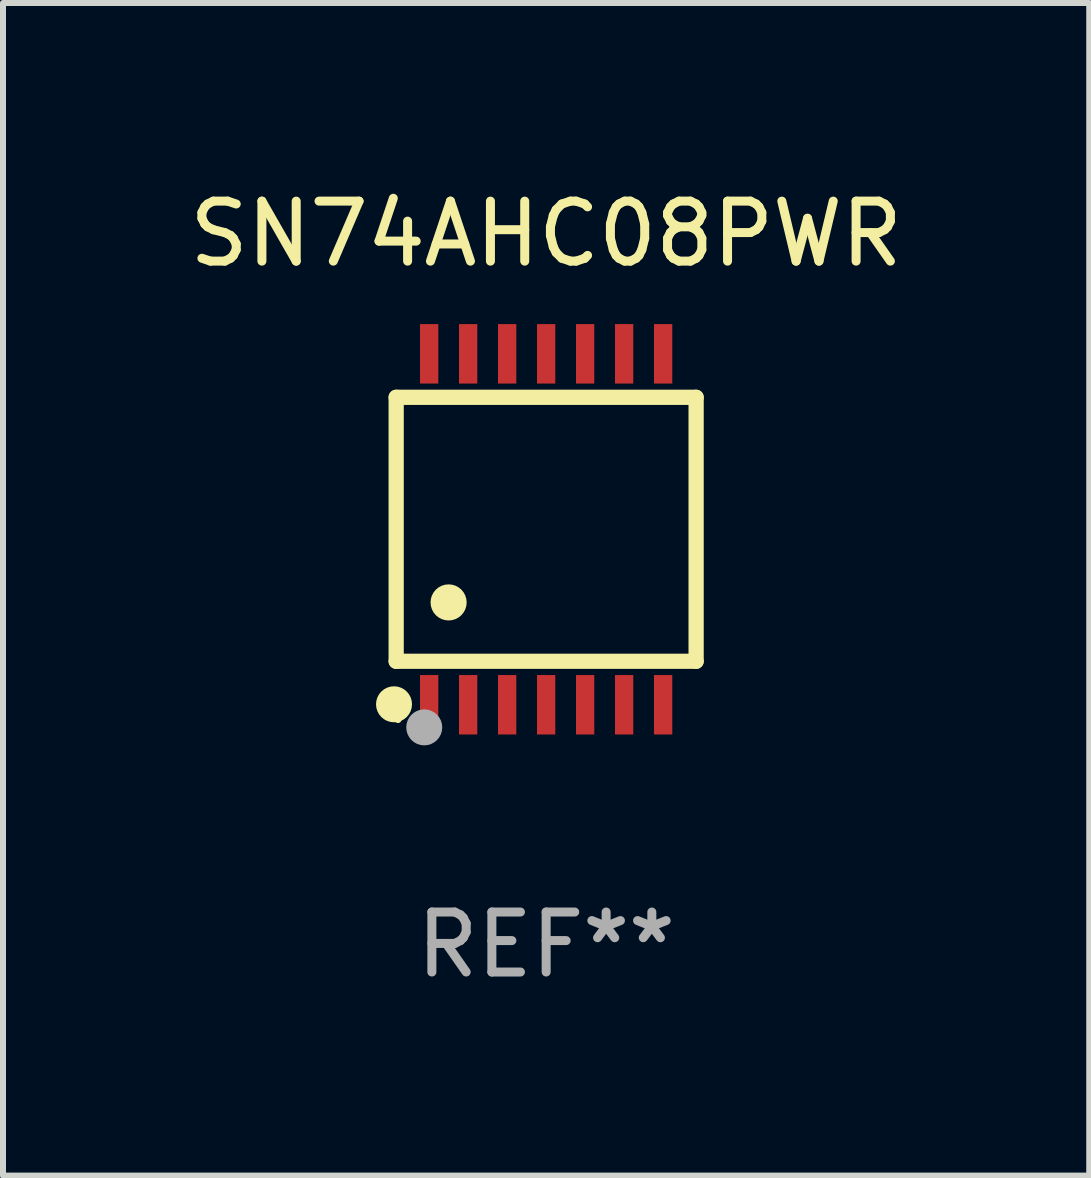
<source format=kicad_pcb>
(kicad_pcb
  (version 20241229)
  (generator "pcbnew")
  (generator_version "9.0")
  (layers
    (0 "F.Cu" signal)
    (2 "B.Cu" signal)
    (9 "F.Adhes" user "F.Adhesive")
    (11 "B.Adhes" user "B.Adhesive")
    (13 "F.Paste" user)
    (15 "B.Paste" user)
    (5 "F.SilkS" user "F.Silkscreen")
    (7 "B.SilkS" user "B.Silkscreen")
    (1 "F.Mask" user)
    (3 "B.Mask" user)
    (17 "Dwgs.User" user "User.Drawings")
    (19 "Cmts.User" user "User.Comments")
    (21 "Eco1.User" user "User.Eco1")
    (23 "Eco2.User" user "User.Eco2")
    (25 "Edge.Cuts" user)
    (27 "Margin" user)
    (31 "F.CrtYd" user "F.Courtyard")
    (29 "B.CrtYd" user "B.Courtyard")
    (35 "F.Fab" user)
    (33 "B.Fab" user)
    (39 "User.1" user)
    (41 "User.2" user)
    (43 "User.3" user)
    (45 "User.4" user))
  (footprint "SN74AHC08PWR"
    (layer "F.Cu")
    (at 6.054 5.773)
    (property "Reference" "SN74AHC08PWR" (at 0 -4.925 0) (layer "F.SilkS") (effects (font (size 1 1) (thickness 0.15))))
    (attr through_hole)
    (fp_line (start -2.5 2.2) (end -2.5 -2.2) (stroke (width 0.254) (type solid)) (layer "F.SilkS"))
    (fp_line (start -2.5 2.2) (end 2.5 2.2) (stroke (width 0.254) (type solid)) (layer "F.SilkS"))
    (fp_line (start 2.5 -2.2) (end -2.5 -2.2) (stroke (width 0.254) (type solid)) (layer "F.SilkS"))
    (fp_line (start 2.5 -2.2) (end 2.5 2.2) (stroke (width 0.254) (type solid)) (layer "F.SilkS"))
    (fp_circle (center -2.536 2.917) (end -2.386 2.917) (stroke (width 0.3) (type solid)) (fill no) (layer "F.SilkS"))
    (fp_circle (center -2.47 3.17) (end -2.44 3.17) (stroke (width 0.06) (type solid)) (fill no) (layer "F.SilkS"))
    (fp_circle (center -1.626 1.219) (end -1.475 1.219) (stroke (width 0.3) (type solid)) (fill no) (layer "F.SilkS"))
    (fp_circle (center -2.032 3.302) (end -1.882 3.302) (stroke (width 0.3) (type solid)) (fill no) (layer "F.Fab"))
    (fp_text user "REF**" (at 0 6.925 0) (layer "F.Fab") (effects (font (size 1 1) (thickness 0.15))))
    (pad "1" smd rect (at -1.95 2.925) (size 0.305 0.991) (layers "F.Cu" "F.Mask" "F.Paste"))
    (pad "2" smd rect (at -1.3 2.925) (size 0.305 0.991) (layers "F.Cu" "F.Mask" "F.Paste"))
    (pad "3" smd rect (at -0.65 2.925) (size 0.305 0.991) (layers "F.Cu" "F.Mask" "F.Paste"))
    (pad "4" smd rect (at 0 2.925) (size 0.305 0.991) (layers "F.Cu" "F.Mask" "F.Paste"))
    (pad "5" smd rect (at 0.65 2.925) (size 0.305 0.991) (layers "F.Cu" "F.Mask" "F.Paste"))
    (pad "6" smd rect (at 1.3 2.925) (size 0.305 0.991) (layers "F.Cu" "F.Mask" "F.Paste"))
    (pad "7" smd rect (at 1.95 2.925) (size 0.305 0.991) (layers "F.Cu" "F.Mask" "F.Paste"))
    (pad "8" smd rect (at 1.95 -2.925) (size 0.305 0.991) (layers "F.Cu" "F.Mask" "F.Paste"))
    (pad "9" smd rect (at 1.3 -2.925) (size 0.305 0.991) (layers "F.Cu" "F.Mask" "F.Paste"))
    (pad "10" smd rect (at 0.65 -2.925) (size 0.305 0.991) (layers "F.Cu" "F.Mask" "F.Paste"))
    (pad "11" smd rect (at 0 -2.925) (size 0.305 0.991) (layers "F.Cu" "F.Mask" "F.Paste"))
    (pad "12" smd rect (at -0.65 -2.925) (size 0.305 0.991) (layers "F.Cu" "F.Mask" "F.Paste"))
    (pad "13" smd rect (at -1.3 -2.925) (size 0.305 0.991) (layers "F.Cu" "F.Mask" "F.Paste"))
    (pad "14" smd rect (at -1.95 -2.925) (size 0.305 0.991) (layers "F.Cu" "F.Mask" "F.Paste")))
  (gr_rect
    (start -3 -3)
    (end 15.107 16.547)
    (stroke (width 0.1) (type default))
    (fill no)
    (layer "Edge.Cuts")))
</source>
